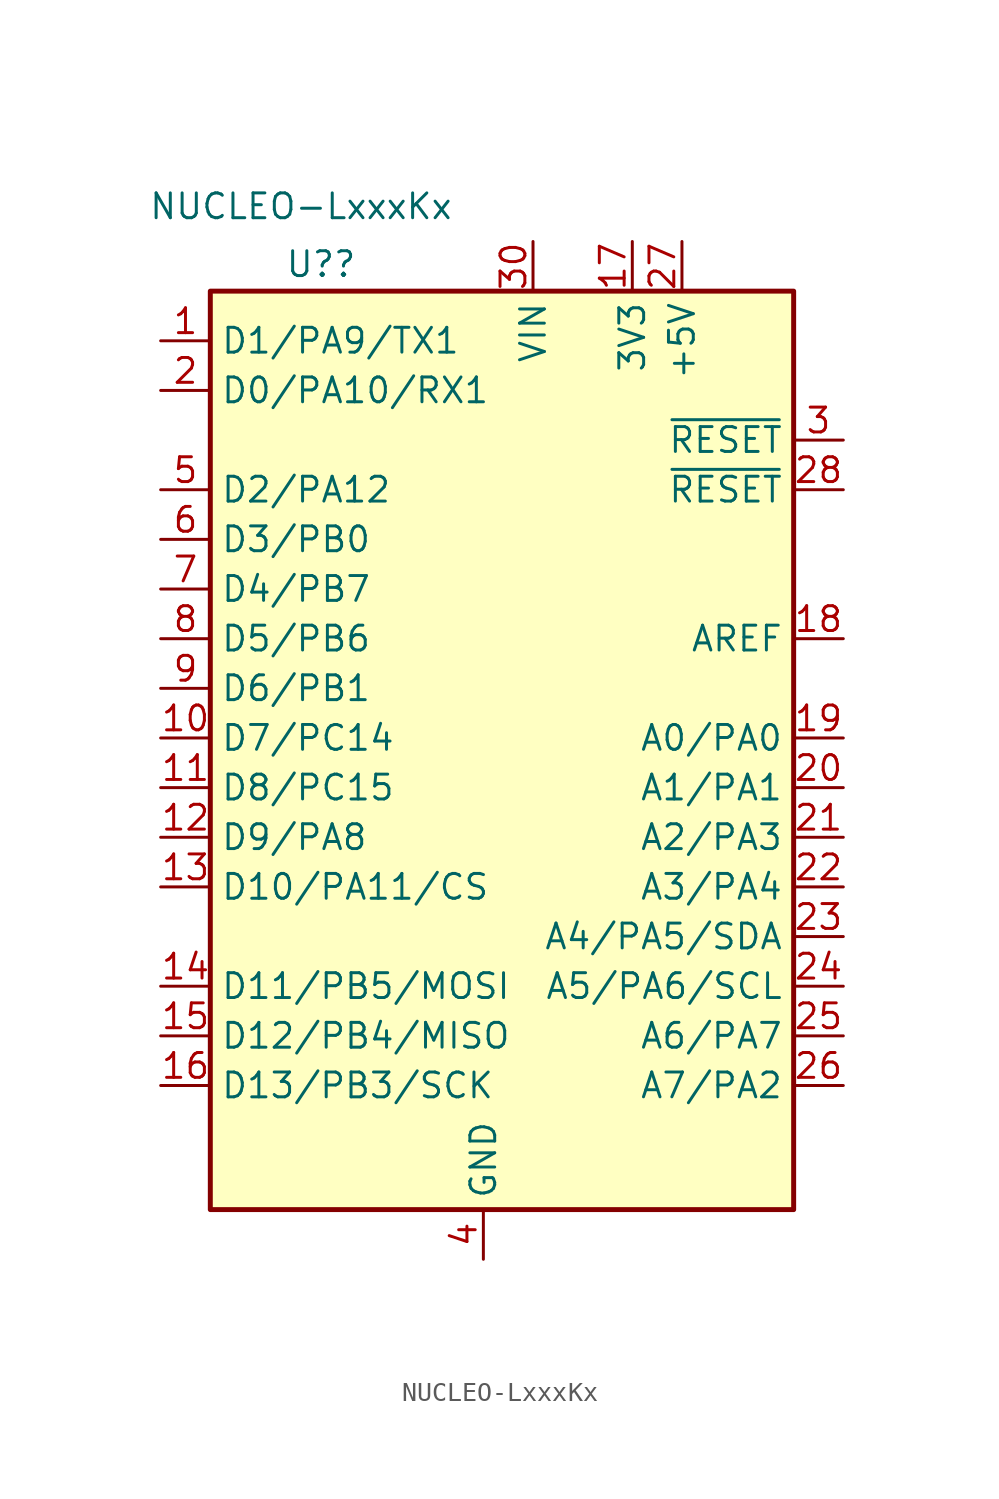
<source format=kicad_sym>
(kicad_symbol_lib
  (version 20211014)
  (generator kicad_symbol_editor)
  (symbol "NUCLEO-LxxxKx"
    (property "Reference" "U?"
      (at -10.16 23.495 0)
      (effects (font (size 1.27 1.27)) (justify left bottom)))
    (property "Value" "NUCLEO-LxxxKx"
      (at -17.145 27.94 0)
      (effects (font (size 1.27 1.27)) (justify left top)))
    (symbol "NUCLEO-LxxxKx_0_1"
      (rectangle (start -13.97 22.86) (end 15.875 -24.13) (stroke (width 0.254) (type default) (color 0 0 0 0)) (fill (type background))))
    (symbol "NUCLEO-LxxxKx_1_1"
      (pin bidirectional line (at -16.51 20.32 0) (length 2.54) (name "D1/PA9/TX1" (effects (font (size 1.27 1.27)))) (number "1" (effects (font (size 1.27 1.27)))))
      (pin bidirectional line (at -16.51 0 0) (length 2.54) (name "D7/PC14" (effects (font (size 1.27 1.27)))) (number "10" (effects (font (size 1.27 1.27)))))
      (pin bidirectional line (at -16.51 -2.54 0) (length 2.54) (name "D8/PC15" (effects (font (size 1.27 1.27)))) (number "11" (effects (font (size 1.27 1.27)))))
      (pin bidirectional line (at -16.51 -5.08 0) (length 2.54) (name "D9/PA8" (effects (font (size 1.27 1.27)))) (number "12" (effects (font (size 1.27 1.27)))))
      (pin bidirectional line (at -16.51 -7.62 0) (length 2.54) (name "D10/PA11/CS" (effects (font (size 1.27 1.27)))) (number "13" (effects (font (size 1.27 1.27)))))
      (pin bidirectional line (at -16.51 -12.7 0) (length 2.54) (name "D11/PB5/MOSI" (effects (font (size 1.27 1.27)))) (number "14" (effects (font (size 1.27 1.27)))))
      (pin bidirectional line (at -16.51 -15.24 0) (length 2.54) (name "D12/PB4/MISO" (effects (font (size 1.27 1.27)))) (number "15" (effects (font (size 1.27 1.27)))))
      (pin bidirectional line (at -16.51 -17.78 0) (length 2.54) (name "D13/PB3/SCK" (effects (font (size 1.27 1.27)))) (number "16" (effects (font (size 1.27 1.27)))))
      (pin power_out line (at 7.62 25.4 270) (length 2.54) (name "3V3" (effects (font (size 1.27 1.27)))) (number "17" (effects (font (size 1.27 1.27)))))
      (pin input line (at 18.415 5.08 180) (length 2.54) (name "AREF" (effects (font (size 1.27 1.27)))) (number "18" (effects (font (size 1.27 1.27)))))
      (pin bidirectional line (at 18.415 0 180) (length 2.54) (name "A0/PA0" (effects (font (size 1.27 1.27)))) (number "19" (effects (font (size 1.27 1.27)))))
      (pin bidirectional line (at -16.51 17.78 0) (length 2.54) (name "D0/PA10/RX1" (effects (font (size 1.27 1.27)))) (number "2" (effects (font (size 1.27 1.27)))))
      (pin bidirectional line (at 18.415 -2.54 180) (length 2.54) (name "A1/PA1" (effects (font (size 1.27 1.27)))) (number "20" (effects (font (size 1.27 1.27)))))
      (pin bidirectional line (at 18.415 -5.08 180) (length 2.54) (name "A2/PA3" (effects (font (size 1.27 1.27)))) (number "21" (effects (font (size 1.27 1.27)))))
      (pin bidirectional line (at 18.415 -7.62 180) (length 2.54) (name "A3/PA4" (effects (font (size 1.27 1.27)))) (number "22" (effects (font (size 1.27 1.27)))))
      (pin bidirectional line (at 18.415 -10.16 180) (length 2.54) (name "A4/PA5/SDA" (effects (font (size 1.27 1.27)))) (number "23" (effects (font (size 1.27 1.27)))))
      (pin bidirectional line (at 18.415 -12.7 180) (length 2.54) (name "A5/PA6/SCL" (effects (font (size 1.27 1.27)))) (number "24" (effects (font (size 1.27 1.27)))))
      (pin bidirectional line (at 18.415 -15.24 180) (length 2.54) (name "A6/PA7" (effects (font (size 1.27 1.27)))) (number "25" (effects (font (size 1.27 1.27)))))
      (pin bidirectional line (at 18.415 -17.78 180) (length 2.54) (name "A7/PA2" (effects (font (size 1.27 1.27)))) (number "26" (effects (font (size 1.27 1.27)))))
      (pin power_out line (at 10.16 25.4 270) (length 2.54) (name "+5V" (effects (font (size 1.27 1.27)))) (number "27" (effects (font (size 1.27 1.27)))))
      (pin input line (at 18.415 12.7 180) (length 2.54) (name "~{RESET}" (effects (font (size 1.27 1.27)))) (number "28" (effects (font (size 1.27 1.27)))))
      (pin passive line (at 0 -26.67 90) (length 2.54) hide (name "GND" (effects (font (size 1.27 1.27)))) (number "29" (effects (font (size 1.27 1.27)))))
      (pin input line (at 18.415 15.24 180) (length 2.54) (name "~{RESET}" (effects (font (size 1.27 1.27)))) (number "3" (effects (font (size 1.27 1.27)))))
      (pin power_in line (at 2.54 25.4 270) (length 2.54) (name "VIN" (effects (font (size 1.27 1.27)))) (number "30" (effects (font (size 1.27 1.27)))))
      (pin power_in line (at 0 -26.67 90) (length 2.54) (name "GND" (effects (font (size 1.27 1.27)))) (number "4" (effects (font (size 1.27 1.27)))))
      (pin bidirectional line (at -16.51 12.7 0) (length 2.54) (name "D2/PA12" (effects (font (size 1.27 1.27)))) (number "5" (effects (font (size 1.27 1.27)))))
      (pin bidirectional line (at -16.51 10.16 0) (length 2.54) (name "D3/PB0" (effects (font (size 1.27 1.27)))) (number "6" (effects (font (size 1.27 1.27)))))
      (pin bidirectional line (at -16.51 7.62 0) (length 2.54) (name "D4/PB7" (effects (font (size 1.27 1.27)))) (number "7" (effects (font (size 1.27 1.27)))))
      (pin bidirectional line (at -16.51 5.08 0) (length 2.54) (name "D5/PB6" (effects (font (size 1.27 1.27)))) (number "8" (effects (font (size 1.27 1.27)))))
      (pin bidirectional line (at -16.51 2.54 0) (length 2.54) (name "D6/PB1" (effects (font (size 1.27 1.27)))) (number "9" (effects (font (size 1.27 1.27))))))))
</source>
